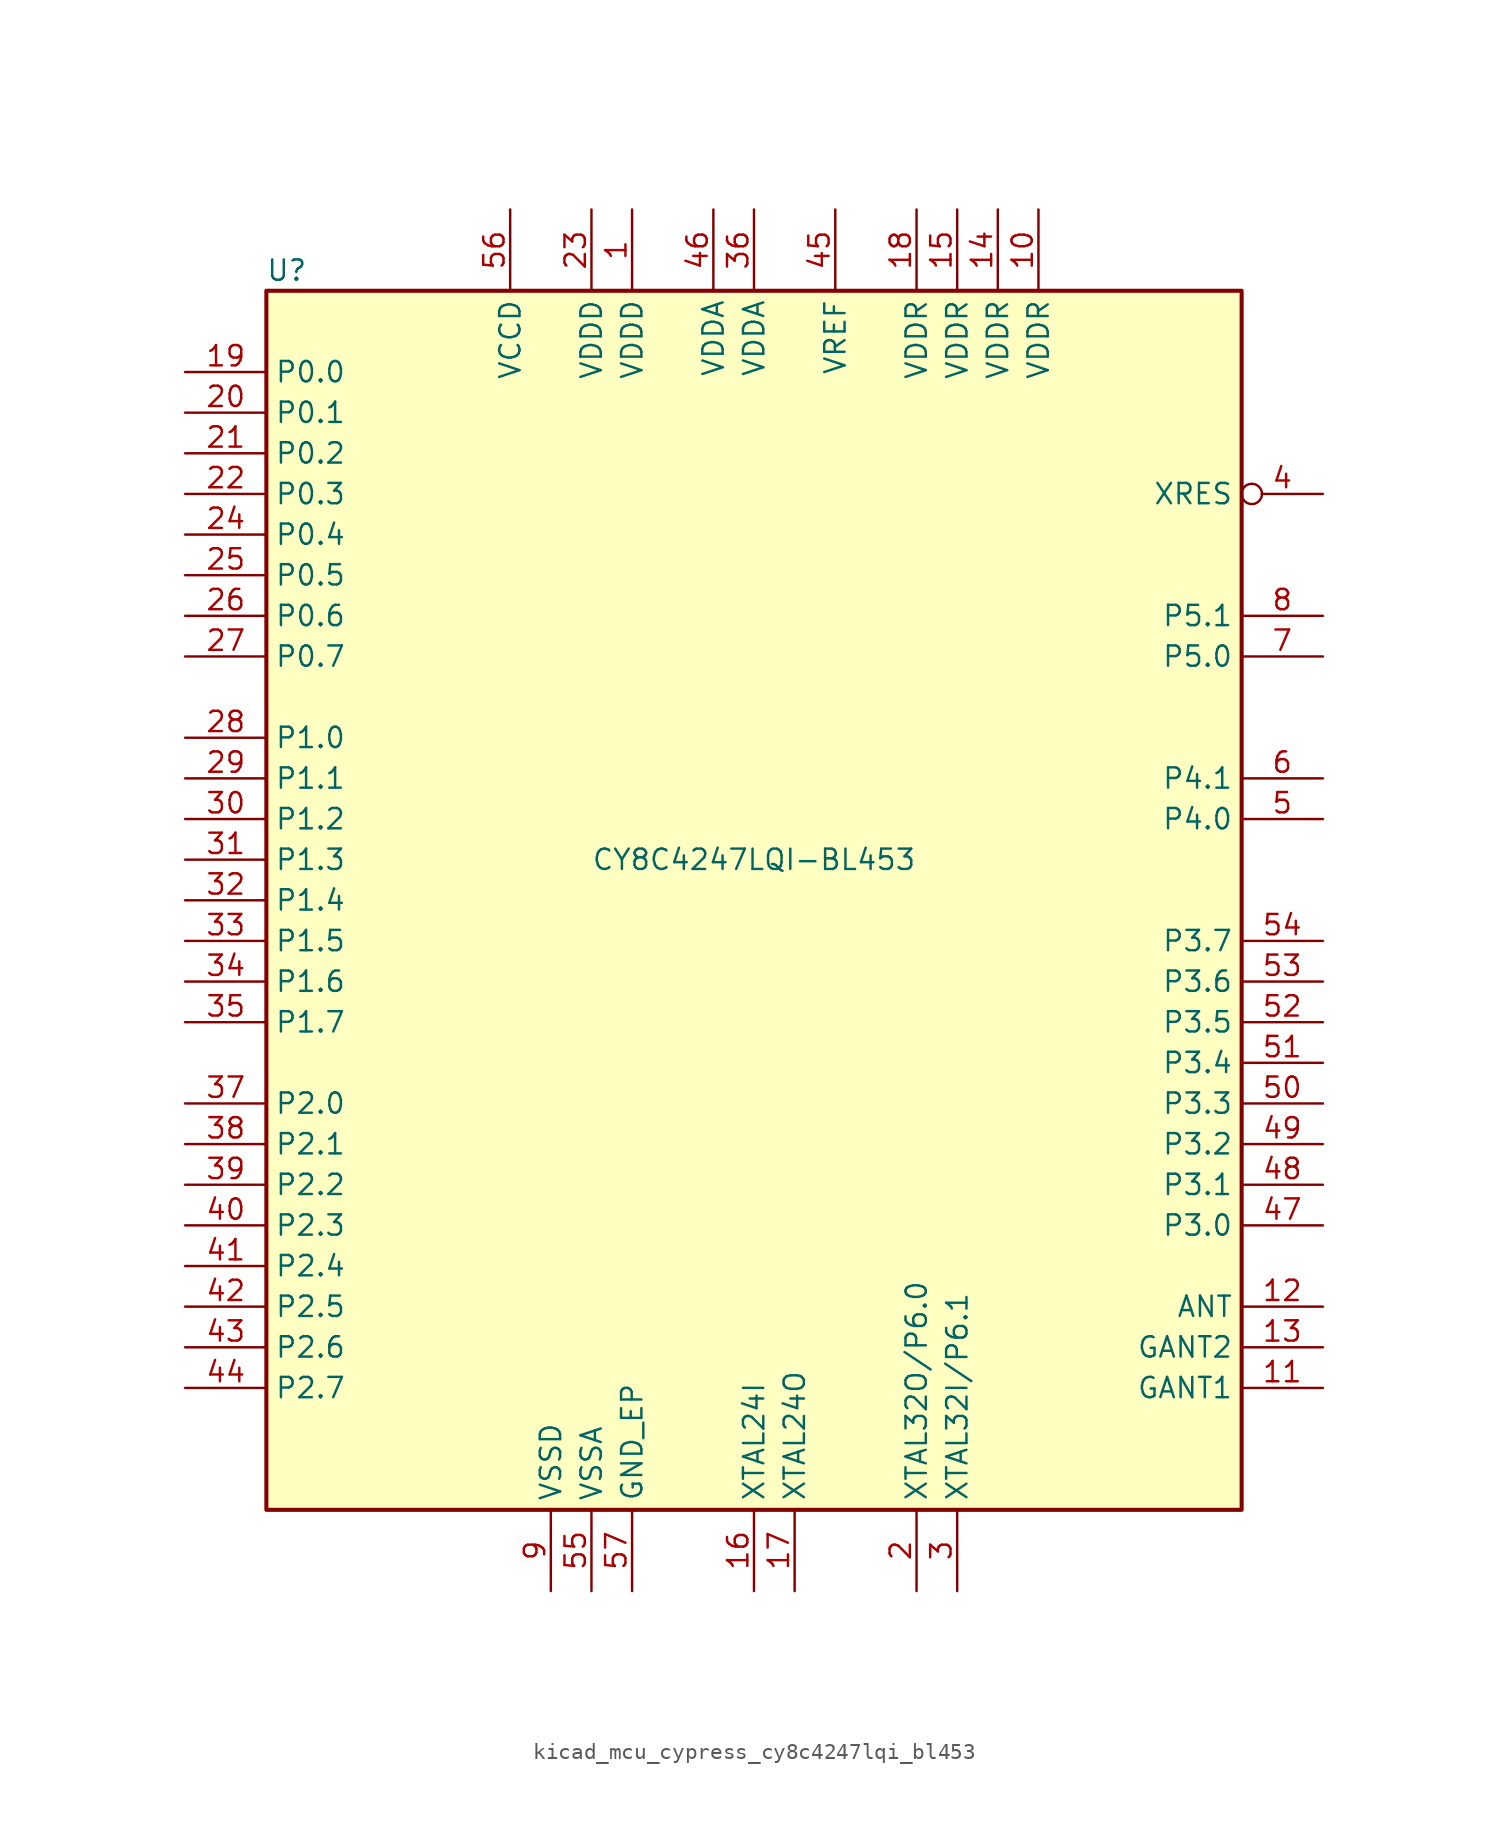
<source format=kicad_sym>
(kicad_symbol_lib
  (version 20220914)
  (generator kicad_symbol_editor)
  (symbol "kicad_mcu_cypress_cy8c4247lqi_bl453"
    (property "Reference" "U"
      (at -29.21 39.37 0)
      (effects (font (size 1.27 1.27))))
    (property "Value" "CY8C4247LQI-BL453"
      (at 0 2.54 0)
      (effects (font (size 1.27 1.27))))
    (symbol "kicad_mcu_cypress_cy8c4247lqi_bl453_1_0"
      (rectangle (start -30.48 -38.1) (end 30.48 38.1) (stroke (width 0.254) (type default)) (fill (type background))))
    (symbol "kicad_mcu_cypress_cy8c4247lqi_bl453_1_1"
      (pin power_in line (at -7.62 43.18 270) (length 5.08) (name "VDDD" (effects (font (size 1.27 1.27)))) (number "1" (effects (font (size 1.27 1.27)))))
      (pin power_in line (at 17.78 43.18 270) (length 5.08) (name "VDDR" (effects (font (size 1.27 1.27)))) (number "10" (effects (font (size 1.27 1.27)))))
      (pin power_in line (at 35.56 -30.48 180) (length 5.08) (name "GANT1" (effects (font (size 1.27 1.27)))) (number "11" (effects (font (size 1.27 1.27)))))
      (pin output line (at 35.56 -25.4 180) (length 5.08) (name "ANT" (effects (font (size 1.27 1.27)))) (number "12" (effects (font (size 1.27 1.27)))))
      (pin power_in line (at 35.56 -27.94 180) (length 5.08) (name "GANT2" (effects (font (size 1.27 1.27)))) (number "13" (effects (font (size 1.27 1.27)))))
      (pin power_in line (at 15.24 43.18 270) (length 5.08) (name "VDDR" (effects (font (size 1.27 1.27)))) (number "14" (effects (font (size 1.27 1.27)))))
      (pin power_in line (at 12.7 43.18 270) (length 5.08) (name "VDDR" (effects (font (size 1.27 1.27)))) (number "15" (effects (font (size 1.27 1.27)))))
      (pin input line (at 0 -43.18 90) (length 5.08) (name "XTAL24I" (effects (font (size 1.27 1.27)))) (number "16" (effects (font (size 1.27 1.27)))))
      (pin output line (at 2.54 -43.18 90) (length 5.08) (name "XTAL24O" (effects (font (size 1.27 1.27)))) (number "17" (effects (font (size 1.27 1.27)))))
      (pin power_in line (at 10.16 43.18 270) (length 5.08) (name "VDDR" (effects (font (size 1.27 1.27)))) (number "18" (effects (font (size 1.27 1.27)))))
      (pin bidirectional line (at -35.56 33.02 0) (length 5.08) (name "P0.0" (effects (font (size 1.27 1.27)))) (number "19" (effects (font (size 1.27 1.27)))))
      (pin bidirectional line (at 10.16 -43.18 90) (length 5.08) (name "XTAL32O/P6.0" (effects (font (size 1.27 1.27)))) (number "2" (effects (font (size 1.27 1.27)))))
      (pin bidirectional line (at -35.56 30.48 0) (length 5.08) (name "P0.1" (effects (font (size 1.27 1.27)))) (number "20" (effects (font (size 1.27 1.27)))))
      (pin bidirectional line (at -35.56 27.94 0) (length 5.08) (name "P0.2" (effects (font (size 1.27 1.27)))) (number "21" (effects (font (size 1.27 1.27)))))
      (pin bidirectional line (at -35.56 25.4 0) (length 5.08) (name "P0.3" (effects (font (size 1.27 1.27)))) (number "22" (effects (font (size 1.27 1.27)))))
      (pin power_in line (at -10.16 43.18 270) (length 5.08) (name "VDDD" (effects (font (size 1.27 1.27)))) (number "23" (effects (font (size 1.27 1.27)))))
      (pin bidirectional line (at -35.56 22.86 0) (length 5.08) (name "P0.4" (effects (font (size 1.27 1.27)))) (number "24" (effects (font (size 1.27 1.27)))))
      (pin bidirectional line (at -35.56 20.32 0) (length 5.08) (name "P0.5" (effects (font (size 1.27 1.27)))) (number "25" (effects (font (size 1.27 1.27)))))
      (pin bidirectional line (at -35.56 17.78 0) (length 5.08) (name "P0.6" (effects (font (size 1.27 1.27)))) (number "26" (effects (font (size 1.27 1.27)))))
      (pin bidirectional line (at -35.56 15.24 0) (length 5.08) (name "P0.7" (effects (font (size 1.27 1.27)))) (number "27" (effects (font (size 1.27 1.27)))))
      (pin bidirectional line (at -35.56 10.16 0) (length 5.08) (name "P1.0" (effects (font (size 1.27 1.27)))) (number "28" (effects (font (size 1.27 1.27)))))
      (pin bidirectional line (at -35.56 7.62 0) (length 5.08) (name "P1.1" (effects (font (size 1.27 1.27)))) (number "29" (effects (font (size 1.27 1.27)))))
      (pin bidirectional line (at 12.7 -43.18 90) (length 5.08) (name "XTAL32I/P6.1" (effects (font (size 1.27 1.27)))) (number "3" (effects (font (size 1.27 1.27)))))
      (pin bidirectional line (at -35.56 5.08 0) (length 5.08) (name "P1.2" (effects (font (size 1.27 1.27)))) (number "30" (effects (font (size 1.27 1.27)))))
      (pin bidirectional line (at -35.56 2.54 0) (length 5.08) (name "P1.3" (effects (font (size 1.27 1.27)))) (number "31" (effects (font (size 1.27 1.27)))))
      (pin bidirectional line (at -35.56 0 0) (length 5.08) (name "P1.4" (effects (font (size 1.27 1.27)))) (number "32" (effects (font (size 1.27 1.27)))))
      (pin bidirectional line (at -35.56 -2.54 0) (length 5.08) (name "P1.5" (effects (font (size 1.27 1.27)))) (number "33" (effects (font (size 1.27 1.27)))))
      (pin bidirectional line (at -35.56 -5.08 0) (length 5.08) (name "P1.6" (effects (font (size 1.27 1.27)))) (number "34" (effects (font (size 1.27 1.27)))))
      (pin bidirectional line (at -35.56 -7.62 0) (length 5.08) (name "P1.7" (effects (font (size 1.27 1.27)))) (number "35" (effects (font (size 1.27 1.27)))))
      (pin power_in line (at 0 43.18 270) (length 5.08) (name "VDDA" (effects (font (size 1.27 1.27)))) (number "36" (effects (font (size 1.27 1.27)))))
      (pin bidirectional line (at -35.56 -12.7 0) (length 5.08) (name "P2.0" (effects (font (size 1.27 1.27)))) (number "37" (effects (font (size 1.27 1.27)))))
      (pin bidirectional line (at -35.56 -15.24 0) (length 5.08) (name "P2.1" (effects (font (size 1.27 1.27)))) (number "38" (effects (font (size 1.27 1.27)))))
      (pin bidirectional line (at -35.56 -17.78 0) (length 5.08) (name "P2.2" (effects (font (size 1.27 1.27)))) (number "39" (effects (font (size 1.27 1.27)))))
      (pin input inverted (at 35.56 25.4 180) (length 5.08) (name "XRES" (effects (font (size 1.27 1.27)))) (number "4" (effects (font (size 1.27 1.27)))))
      (pin bidirectional line (at -35.56 -20.32 0) (length 5.08) (name "P2.3" (effects (font (size 1.27 1.27)))) (number "40" (effects (font (size 1.27 1.27)))))
      (pin bidirectional line (at -35.56 -22.86 0) (length 5.08) (name "P2.4" (effects (font (size 1.27 1.27)))) (number "41" (effects (font (size 1.27 1.27)))))
      (pin bidirectional line (at -35.56 -25.4 0) (length 5.08) (name "P2.5" (effects (font (size 1.27 1.27)))) (number "42" (effects (font (size 1.27 1.27)))))
      (pin bidirectional line (at -35.56 -27.94 0) (length 5.08) (name "P2.6" (effects (font (size 1.27 1.27)))) (number "43" (effects (font (size 1.27 1.27)))))
      (pin bidirectional line (at -35.56 -30.48 0) (length 5.08) (name "P2.7" (effects (font (size 1.27 1.27)))) (number "44" (effects (font (size 1.27 1.27)))))
      (pin passive line (at 5.08 43.18 270) (length 5.08) (name "VREF" (effects (font (size 1.27 1.27)))) (number "45" (effects (font (size 1.27 1.27)))))
      (pin power_in line (at -2.54 43.18 270) (length 5.08) (name "VDDA" (effects (font (size 1.27 1.27)))) (number "46" (effects (font (size 1.27 1.27)))))
      (pin bidirectional line (at 35.56 -20.32 180) (length 5.08) (name "P3.0" (effects (font (size 1.27 1.27)))) (number "47" (effects (font (size 1.27 1.27)))))
      (pin bidirectional line (at 35.56 -17.78 180) (length 5.08) (name "P3.1" (effects (font (size 1.27 1.27)))) (number "48" (effects (font (size 1.27 1.27)))))
      (pin bidirectional line (at 35.56 -15.24 180) (length 5.08) (name "P3.2" (effects (font (size 1.27 1.27)))) (number "49" (effects (font (size 1.27 1.27)))))
      (pin bidirectional line (at 35.56 5.08 180) (length 5.08) (name "P4.0" (effects (font (size 1.27 1.27)))) (number "5" (effects (font (size 1.27 1.27)))))
      (pin bidirectional line (at 35.56 -12.7 180) (length 5.08) (name "P3.3" (effects (font (size 1.27 1.27)))) (number "50" (effects (font (size 1.27 1.27)))))
      (pin bidirectional line (at 35.56 -10.16 180) (length 5.08) (name "P3.4" (effects (font (size 1.27 1.27)))) (number "51" (effects (font (size 1.27 1.27)))))
      (pin bidirectional line (at 35.56 -7.62 180) (length 5.08) (name "P3.5" (effects (font (size 1.27 1.27)))) (number "52" (effects (font (size 1.27 1.27)))))
      (pin bidirectional line (at 35.56 -5.08 180) (length 5.08) (name "P3.6" (effects (font (size 1.27 1.27)))) (number "53" (effects (font (size 1.27 1.27)))))
      (pin bidirectional line (at 35.56 -2.54 180) (length 5.08) (name "P3.7" (effects (font (size 1.27 1.27)))) (number "54" (effects (font (size 1.27 1.27)))))
      (pin power_in line (at -10.16 -43.18 90) (length 5.08) (name "VSSA" (effects (font (size 1.27 1.27)))) (number "55" (effects (font (size 1.27 1.27)))))
      (pin power_out line (at -15.24 43.18 270) (length 5.08) (name "VCCD" (effects (font (size 1.27 1.27)))) (number "56" (effects (font (size 1.27 1.27)))))
      (pin power_in line (at -7.62 -43.18 90) (length 5.08) (name "GND_EP" (effects (font (size 1.27 1.27)))) (number "57" (effects (font (size 1.27 1.27)))))
      (pin bidirectional line (at 35.56 7.62 180) (length 5.08) (name "P4.1" (effects (font (size 1.27 1.27)))) (number "6" (effects (font (size 1.27 1.27)))))
      (pin bidirectional line (at 35.56 15.24 180) (length 5.08) (name "P5.0" (effects (font (size 1.27 1.27)))) (number "7" (effects (font (size 1.27 1.27)))))
      (pin bidirectional line (at 35.56 17.78 180) (length 5.08) (name "P5.1" (effects (font (size 1.27 1.27)))) (number "8" (effects (font (size 1.27 1.27)))))
      (pin power_in line (at -12.7 -43.18 90) (length 5.08) (name "VSSD" (effects (font (size 1.27 1.27)))) (number "9" (effects (font (size 1.27 1.27))))))))
</source>
